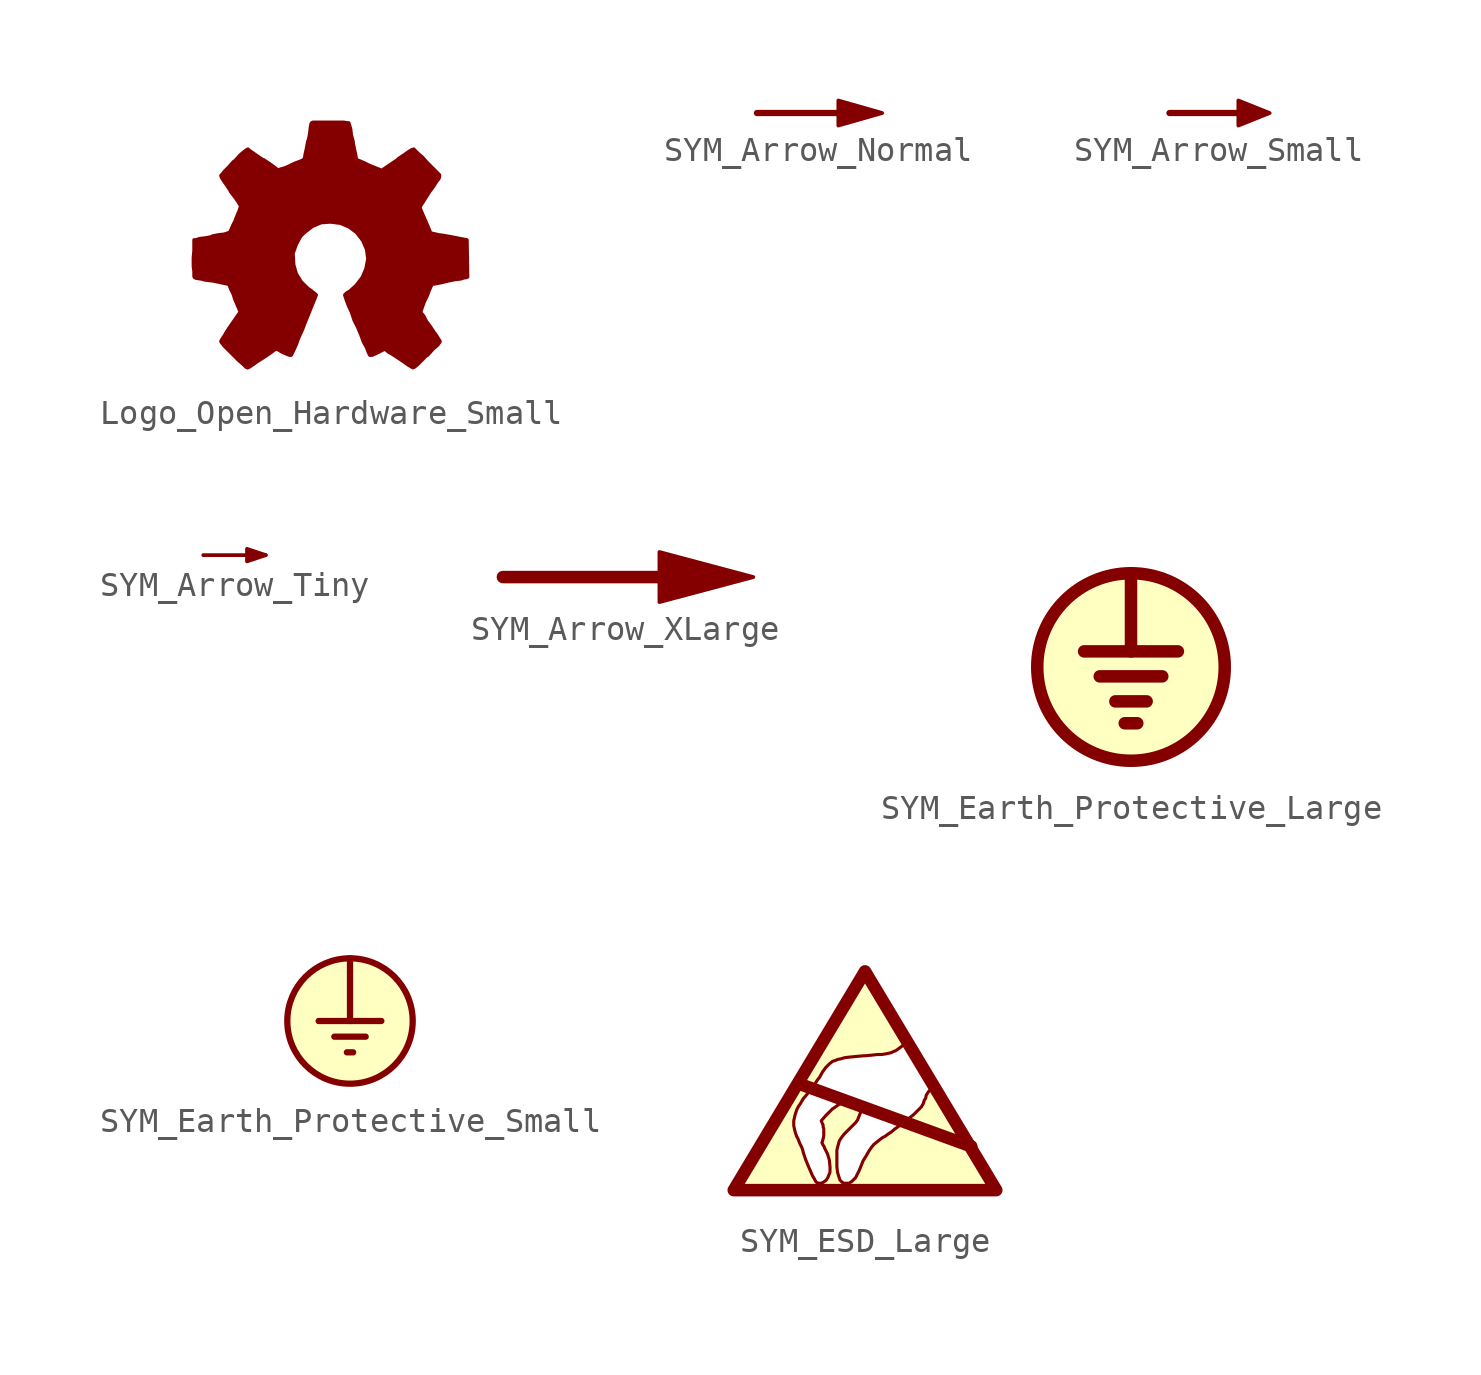
<source format=kicad_sym>
(kicad_symbol_lib
  (version 20201005)
  (generator kicad_symbol_editor)
  (symbol "Logo_Open_Hardware_Small"
    (pin_names
      (offset 1.016))
    (property "Reference" "#LOGO"
      (at 0 6.985 0)
      (effects (font (size 1.27 1.27)) hide))
    (symbol "Logo_Open_Hardware_Small_0_1"
      (polyline (pts (xy 3.353 -4.343) (xy 3.302 -4.318) (xy 3.175 -4.242) (xy 2.997 -4.115) (xy 2.769 -3.962) (xy 2.54 -3.81) (xy 2.362 -3.708) (xy 2.235 -3.607) (xy 2.184 -3.581) (xy 2.159 -3.607) (xy 2.057 -3.658) (xy 1.905 -3.734) (xy 1.803 -3.785) (xy 1.676 -3.835) (xy 1.6 -3.835) (xy 1.6 -3.835) (xy 1.549 -3.734) (xy 1.473 -3.531) (xy 1.346 -3.302) (xy 1.245 -3.023) (xy 1.118 -2.718) (xy 0.965 -2.413) (xy 0.864 -2.108) (xy 0.737 -1.829) (xy 0.66 -1.626) (xy 0.61 -1.473) (xy 0.584 -1.397) (xy 0.584 -1.397) (xy 0.66 -1.321) (xy 0.787 -1.245) (xy 1.041 -1.016) (xy 1.295 -0.686) (xy 1.448 -0.33) (xy 1.524 0.076) (xy 1.473 0.457) (xy 1.321 0.813) (xy 1.067 1.143) (xy 0.762 1.372) (xy 0.406 1.524) (xy 0 1.575) (xy -0.381 1.549) (xy -0.737 1.397) (xy -1.067 1.143) (xy -1.219 0.991) (xy -1.397 0.66) (xy -1.524 0.305) (xy -1.524 0.229) (xy -1.499 -0.178) (xy -1.397 -0.533) (xy -1.194 -0.864) (xy -0.914 -1.143) (xy -0.864 -1.168) (xy -0.737 -1.27) (xy -0.635 -1.346) (xy -0.584 -1.397) (xy -1.067 -2.591) (xy -1.143 -2.794) (xy -1.295 -3.124) (xy -1.397 -3.404) (xy -1.499 -3.632) (xy -1.575 -3.785) (xy -1.6 -3.835) (xy -1.6 -3.835) (xy -1.651 -3.835) (xy -1.727 -3.81) (xy -1.905 -3.734) (xy -2.007 -3.683) (xy -2.134 -3.607) (xy -2.21 -3.581) (xy -2.261 -3.607) (xy -2.362 -3.683) (xy -2.54 -3.81) (xy -2.769 -3.962) (xy -2.972 -4.089) (xy -3.15 -4.216) (xy -3.302 -4.318) (xy -3.353 -4.343) (xy -3.378 -4.343) (xy -3.429 -4.318) (xy -3.531 -4.216) (xy -3.708 -4.064) (xy -3.937 -3.835) (xy -3.962 -3.81) (xy -4.166 -3.607) (xy -4.318 -3.454) (xy -4.42 -3.327) (xy -4.445 -3.277) (xy -4.445 -3.277) (xy -4.42 -3.226) (xy -4.318 -3.073) (xy -4.216 -2.896) (xy -4.064 -2.667) (xy -3.658 -2.083) (xy -3.886 -1.549) (xy -3.937 -1.372) (xy -4.039 -1.168) (xy -4.089 -1.041) (xy -4.115 -0.965) (xy -4.191 -0.94) (xy -4.318 -0.914) (xy -4.547 -0.864) (xy -4.801 -0.813) (xy -5.055 -0.787) (xy -5.258 -0.737) (xy -5.436 -0.711) (xy -5.512 -0.686) (xy -5.512 -0.686) (xy -5.537 -0.635) (xy -5.537 -0.559) (xy -5.537 -0.432) (xy -5.563 -0.229) (xy -5.563 0.076) (xy -5.563 0.127) (xy -5.537 0.406) (xy -5.537 0.635) (xy -5.537 0.762) (xy -5.537 0.838) (xy -5.537 0.838) (xy -5.461 0.838) (xy -5.309 0.889) (xy -5.08 0.914) (xy -4.826 0.965) (xy -4.801 0.991) (xy -4.547 1.041) (xy -4.318 1.067) (xy -4.166 1.118) (xy -4.089 1.143) (xy -4.089 1.143) (xy -4.039 1.245) (xy -3.962 1.422) (xy -3.861 1.626) (xy -3.785 1.829) (xy -3.708 2.007) (xy -3.658 2.159) (xy -3.632 2.21) (xy -3.632 2.21) (xy -3.683 2.286) (xy -3.759 2.413) (xy -3.886 2.591) (xy -4.064 2.819) (xy -4.064 2.845) (xy -4.216 3.073) (xy -4.343 3.251) (xy -4.42 3.378) (xy -4.445 3.454) (xy -4.445 3.454) (xy -4.394 3.505) (xy -4.293 3.632) (xy -4.115 3.81) (xy -3.937 4.013) (xy -3.861 4.064) (xy -3.658 4.293) (xy -3.505 4.42) (xy -3.404 4.496) (xy -3.353 4.521) (xy -3.353 4.521) (xy -3.302 4.47) (xy -3.15 4.369) (xy -2.972 4.242) (xy -2.743 4.089) (xy -2.718 4.089) (xy -2.489 3.937) (xy -2.311 3.81) (xy -2.184 3.708) (xy -2.134 3.683) (xy -2.108 3.683) (xy -2.032 3.708) (xy -1.854 3.759) (xy -1.676 3.835) (xy -1.473 3.937) (xy -1.27 4.013) (xy -1.143 4.064) (xy -1.067 4.115) (xy -1.067 4.115) (xy -1.041 4.191) (xy -1.016 4.343) (xy -0.965 4.572) (xy -0.914 4.851) (xy -0.889 4.902) (xy -0.838 5.156) (xy -0.813 5.385) (xy -0.787 5.537) (xy -0.762 5.588) (xy -0.711 5.613) (xy -0.584 5.613) (xy -0.406 5.613) (xy -0.152 5.613) (xy 0.076 5.613) (xy 0.33 5.613) (xy 0.533 5.613) (xy 0.686 5.588) (xy 0.737 5.588) (xy 0.737 5.588) (xy 0.762 5.512) (xy 0.813 5.334) (xy 0.838 5.105) (xy 0.914 4.826) (xy 0.914 4.775) (xy 0.965 4.521) (xy 1.016 4.293) (xy 1.041 4.14) (xy 1.067 4.089) (xy 1.067 4.089) (xy 1.194 4.039) (xy 1.372 3.962) (xy 1.575 3.861) (xy 2.083 3.658) (xy 2.718 4.089) (xy 2.769 4.14) (xy 2.997 4.293) (xy 3.175 4.42) (xy 3.302 4.496) (xy 3.378 4.521) (xy 3.378 4.521) (xy 3.429 4.47) (xy 3.556 4.343) (xy 3.734 4.191) (xy 3.912 3.988) (xy 4.064 3.835) (xy 4.242 3.658) (xy 4.343 3.556) (xy 4.42 3.48) (xy 4.42 3.429) (xy 4.42 3.404) (xy 4.394 3.327) (xy 4.293 3.2) (xy 4.166 2.997) (xy 4.013 2.794) (xy 3.886 2.591) (xy 3.759 2.388) (xy 3.658 2.235) (xy 3.632 2.159) (xy 3.632 2.134) (xy 3.683 2.007) (xy 3.759 1.829) (xy 3.861 1.6) (xy 4.064 1.118) (xy 4.394 1.041) (xy 4.597 1.016) (xy 4.877 0.965) (xy 5.131 0.914) (xy 5.537 0.838) (xy 5.563 -0.66) (xy 5.486 -0.686) (xy 5.436 -0.686) (xy 5.283 -0.737) (xy 5.055 -0.762) (xy 4.801 -0.813) (xy 4.597 -0.864) (xy 4.369 -0.914) (xy 4.216 -0.94) (xy 4.14 -0.94) (xy 4.115 -0.965) (xy 4.064 -1.067) (xy 3.988 -1.245) (xy 3.912 -1.448) (xy 3.81 -1.651) (xy 3.734 -1.854) (xy 3.683 -2.007) (xy 3.658 -2.083) (xy 3.683 -2.134) (xy 3.785 -2.261) (xy 3.886 -2.464) (xy 4.039 -2.667) (xy 4.191 -2.896) (xy 4.318 -3.073) (xy 4.394 -3.2) (xy 4.445 -3.277) (xy 4.42 -3.327) (xy 4.343 -3.429) (xy 4.166 -3.581) (xy 3.937 -3.835) (xy 3.886 -3.861) (xy 3.683 -4.064) (xy 3.531 -4.216) (xy 3.404 -4.318) (xy 3.353 -4.343)) (stroke (width 0)) (fill (type outline)))))
  (symbol "SYM_Arrow_Normal"
    (pin_names
      (offset 1.016))
    (property "Reference" "#SYM"
      (at 0 1.524 0)
      (effects (font (size 1.27 1.27)) hide))
    (symbol "SYM_Arrow_Normal_0_1"
      (polyline (pts (xy 1.524 0) (xy -2.54 0)) (stroke (width 0.254)) (fill (type none)))
      (polyline (pts (xy 2.54 0) (xy 0.762 -0.508) (xy 0.762 0.508) (xy 2.54 0)) (stroke (width 0)) (fill (type outline)))))
  (symbol "SYM_Arrow_Small"
    (pin_names
      (offset 1.016))
    (property "Reference" "#SYM"
      (at 0 1.524 0)
      (effects (font (size 1.27 1.27)) hide))
    (symbol "SYM_Arrow_Small_0_1"
      (polyline (pts (xy 1.524 0) (xy -2.032 0)) (stroke (width 0.254)) (fill (type none)))
      (polyline (pts (xy 2.032 0) (xy 0.762 -0.508) (xy 0.762 0.508) (xy 2.032 0)) (stroke (width 0)) (fill (type outline)))))
  (symbol "SYM_Arrow_Tiny"
    (pin_names
      (offset 1.016))
    (property "Reference" "#SYM"
      (at 0 1.524 0)
      (effects (font (size 1.27 1.27)) hide))
    (symbol "SYM_Arrow_Tiny_0_1"
      (polyline (pts (xy 1.27 0) (xy -1.27 0)) (stroke (width 0)) (fill (type none)))
      (polyline (pts (xy 1.27 0) (xy 0.508 -0.254) (xy 0.508 0.254) (xy 1.27 0)) (stroke (width 0)) (fill (type outline)))))
  (symbol "SYM_Arrow_XLarge"
    (pin_names
      (offset 1.016))
    (property "Reference" "#SYM"
      (at 0 2.286 0)
      (effects (font (size 1.27 1.27)) hide))
    (symbol "SYM_Arrow_XLarge_0_1"
      (polyline (pts (xy 2.54 0) (xy -5.08 0)) (stroke (width 0.508)) (fill (type none)))
      (polyline (pts (xy 5.08 0) (xy 1.27 -1.016) (xy 1.27 1.016) (xy 5.08 0)) (stroke (width 0)) (fill (type outline)))))
  (symbol "SYM_Earth_Protective_Large"
    (pin_names
      (offset 0))
    (property "Reference" "#SYM"
      (at 0 5.08 0)
      (effects (font (size 1.27 1.27)) hide))
    (symbol "SYM_Earth_Protective_Large_0_1"
      (circle (center 0 0) (radius 3.81) (stroke (width 0.508)) (fill (type background)))
      (polyline (pts (xy -1.27 -0.381) (xy 1.27 -0.381)) (stroke (width 0.508)) (fill (type none)))
      (polyline (pts (xy -0.254 -2.286) (xy 0.254 -2.286)) (stroke (width 0.508)) (fill (type none)))
      (polyline (pts (xy 0 0.635) (xy 0 3.81)) (stroke (width 0.508)) (fill (type none)))
      (polyline (pts (xy 1.905 0.635) (xy -1.905 0.635)) (stroke (width 0.508)) (fill (type none)))
      (polyline (pts (xy 0.635 -1.397) (xy -0.635 -1.397) (xy 0.635 -1.397)) (stroke (width 0.508)) (fill (type none)))))
  (symbol "SYM_Earth_Protective_Small"
    (pin_names
      (offset 0))
    (property "Reference" "#SYM"
      (at 0 3.81 0)
      (effects (font (size 1.27 1.27)) hide))
    (symbol "SYM_Earth_Protective_Small_0_1"
      (circle (center 0 0) (radius 2.54) (stroke (width 0.254)) (fill (type background)))
      (polyline (pts (xy -0.635 -0.635) (xy 0.635 -0.635)) (stroke (width 0.254)) (fill (type none)))
      (polyline (pts (xy -0.127 -1.27) (xy 0.127 -1.27)) (stroke (width 0.254)) (fill (type none)))
      (polyline (pts (xy 0 0) (xy 0 2.54)) (stroke (width 0.254)) (fill (type none)))
      (polyline (pts (xy 1.27 0) (xy -1.27 0)) (stroke (width 0.254)) (fill (type none)))))
  (symbol "SYM_ESD_Large"
    (pin_names
      (offset 1.016))
    (property "Reference" "#SYM"
      (at 0 5.08 0)
      (effects (font (size 1.27 1.27)) hide))
    (symbol "SYM_ESD_Large_0_0"
      (polyline (pts (xy -2.667 -0.762) (xy 4.318 -3.302)) (stroke (width 0.508)) (fill (type none)))
      (polyline (pts (xy 0.483 -5.131) (xy 5.385 -5.131) (xy 5.385 -5.105) (xy 5.334 -5.055) (xy 5.283 -4.953) (xy 5.207 -4.826) (xy 5.004 -4.47) (xy 4.877 -4.267) (xy 4.75 -4.039) (xy 4.14 -3.023) (xy 3.988 -2.743) (xy 3.531 -1.981) (xy 3.404 -1.753) (xy 3.277 -1.549) (xy 3.15 -1.372) (xy 3.073 -1.194) (xy 2.997 -1.067) (xy 2.921 -0.965) (xy 2.896 -0.889) (xy 2.845 -0.838) (xy 2.819 -0.864) (xy 2.769 -0.889) (xy 2.591 -1.067) (xy 2.489 -1.219) (xy 2.464 -1.346) (xy 2.413 -1.422) (xy 2.362 -1.575) (xy 2.286 -1.702) (xy 1.981 -2.007) (xy 1.854 -2.108) (xy 1.702 -2.235) (xy 1.549 -2.337) (xy 1.397 -2.464) (xy 1.219 -2.591) (xy 1.067 -2.718) (xy 0.914 -2.819) (xy 0.813 -2.896) (xy 0.711 -2.946) (xy 0.61 -3.023) (xy 0.356 -3.226) (xy 0.254 -3.353) (xy 0.152 -3.505) (xy 0.051 -3.683) (xy -0.076 -3.886) (xy -0.229 -4.267) (xy -0.381 -4.572) (xy -0.533 -4.724) (xy -0.61 -4.775) (xy -0.635 -4.801) (xy -0.838 -4.801) (xy -0.914 -4.775) (xy -1.016 -4.674) (xy -1.067 -4.521) (xy -1.118 -4.343) (xy -1.143 -4.115) (xy -1.143 -3.454) (xy -1.092 -3.251) (xy -1.041 -3.073) (xy -0.94 -2.921) (xy -0.838 -2.794) (xy -0.381 -2.337) (xy -0.305 -2.235) (xy -0.203 -1.981) (xy -0.178 -1.93) (xy -0.152 -1.829) (xy -0.127 -1.753) (xy -0.127 -1.727) (xy -0.203 -1.651) (xy -0.254 -1.575) (xy -0.356 -1.524) (xy -0.432 -1.448) (xy -0.508 -1.397) (xy -0.559 -1.346) (xy -0.61 -1.346) (xy -0.66 -1.372) (xy -0.737 -1.422) (xy -0.838 -1.473) (xy -0.965 -1.549) (xy -1.067 -1.6) (xy -1.168 -1.676) (xy -1.321 -1.778) (xy -1.6 -2.057) (xy -1.778 -2.261) (xy -1.727 -2.388) (xy -1.702 -2.438) (xy -1.702 -2.515) (xy -1.676 -2.591) (xy -1.676 -2.87) (xy -1.702 -2.997) (xy -1.727 -3.073) (xy -1.727 -3.099) (xy -1.753 -3.15) (xy -1.702 -3.251) (xy -1.651 -3.327) (xy -1.651 -3.353) (xy -1.524 -3.607) (xy -1.448 -3.861) (xy -1.422 -4.14) (xy -1.422 -4.343) (xy -1.448 -4.42) (xy -1.473 -4.47) (xy -1.499 -4.547) (xy -1.575 -4.674) (xy -1.676 -4.75) (xy -1.778 -4.801) (xy -1.88 -4.801) (xy -1.956 -4.775) (xy -2.007 -4.724) (xy -2.057 -4.623) (xy -2.134 -4.496) (xy -2.21 -4.318) (xy -2.311 -4.089) (xy -2.413 -3.835) (xy -2.515 -3.531) (xy -2.515 -3.505) (xy -2.565 -3.353) (xy -2.642 -3.2) (xy -2.743 -2.946) (xy -2.769 -2.921) (xy -2.845 -2.692) (xy -2.896 -2.464) (xy -2.896 -2.261) (xy -2.845 -2.032) (xy -2.769 -1.803) (xy -2.718 -1.702) (xy -2.616 -1.549) (xy -2.515 -1.372) (xy -2.362 -1.194) (xy -2.21 -0.991) (xy -2.108 -0.889) (xy -1.956 -0.635) (xy -1.88 -0.533) (xy -1.854 -0.508) (xy -1.727 -0.279) (xy -1.6 -0.102) (xy -1.448 0.051) (xy -1.321 0.152) (xy -1.168 0.203) (xy -1.118 0.229) (xy -0.991 0.254) (xy -0.813 0.305) (xy -0.584 0.33) (xy -0.33 0.356) (xy -0.025 0.381) (xy 0.025 0.381) (xy 0.279 0.406) (xy 0.508 0.432) (xy 0.686 0.432) (xy 0.838 0.457) (xy 0.965 0.483) (xy 1.067 0.508) (xy 1.168 0.559) (xy 1.245 0.584) (xy 1.321 0.635) (xy 1.524 0.787) (xy 1.727 0.991) (xy 1.727 1.041) (xy 1.702 1.092) (xy 1.651 1.168) (xy 1.6 1.27) (xy 1.499 1.422) (xy 1.422 1.6) (xy 1.168 2.007) (xy 1.041 2.235) (xy 0.66 2.87) (xy 0.508 3.099) (xy 0.406 3.302) (xy 0.305 3.454) (xy 0.229 3.581) (xy 0.152 3.683) (xy 0.102 3.759) (xy 0.051 3.861) (xy 0.025 3.886) (xy -0.051 3.886) (xy -0.051 3.861) (xy -0.127 3.785) (xy -0.152 3.734) (xy -0.203 3.658) (xy -0.254 3.556) (xy -0.406 3.302) (xy -0.508 3.15) (xy -0.61 2.972) (xy -0.737 2.769) (xy -1.041 2.261) (xy -1.219 1.956) (xy -1.422 1.626) (xy -1.88 0.864) (xy -2.134 0.406) (xy -2.438 -0.076) (xy -2.743 -0.61) (xy -2.921 -0.889) (xy -3.429 -1.753) (xy -3.658 -2.159) (xy -3.886 -2.54) (xy -4.115 -2.896) (xy -4.318 -3.251) (xy -4.521 -3.581) (xy -4.674 -3.886) (xy -4.851 -4.14) (xy -4.978 -4.394) (xy -5.105 -4.597) (xy -5.232 -4.775) (xy -5.359 -5.029) (xy -5.41 -5.105) (xy -5.41 -5.131) (xy -0.711 -5.131) (xy -0.025 -5.156) (xy 0.483 -5.131)) (stroke (width 0.127)) (fill (type background))))
    (symbol "SYM_ESD_Large_0_1"
      (polyline (pts (xy -5.334 -5.08) (xy 5.334 -5.08) (xy 0 3.81) (xy -5.334 -5.08)) (stroke (width 0.508)) (fill (type none))))))
</source>
